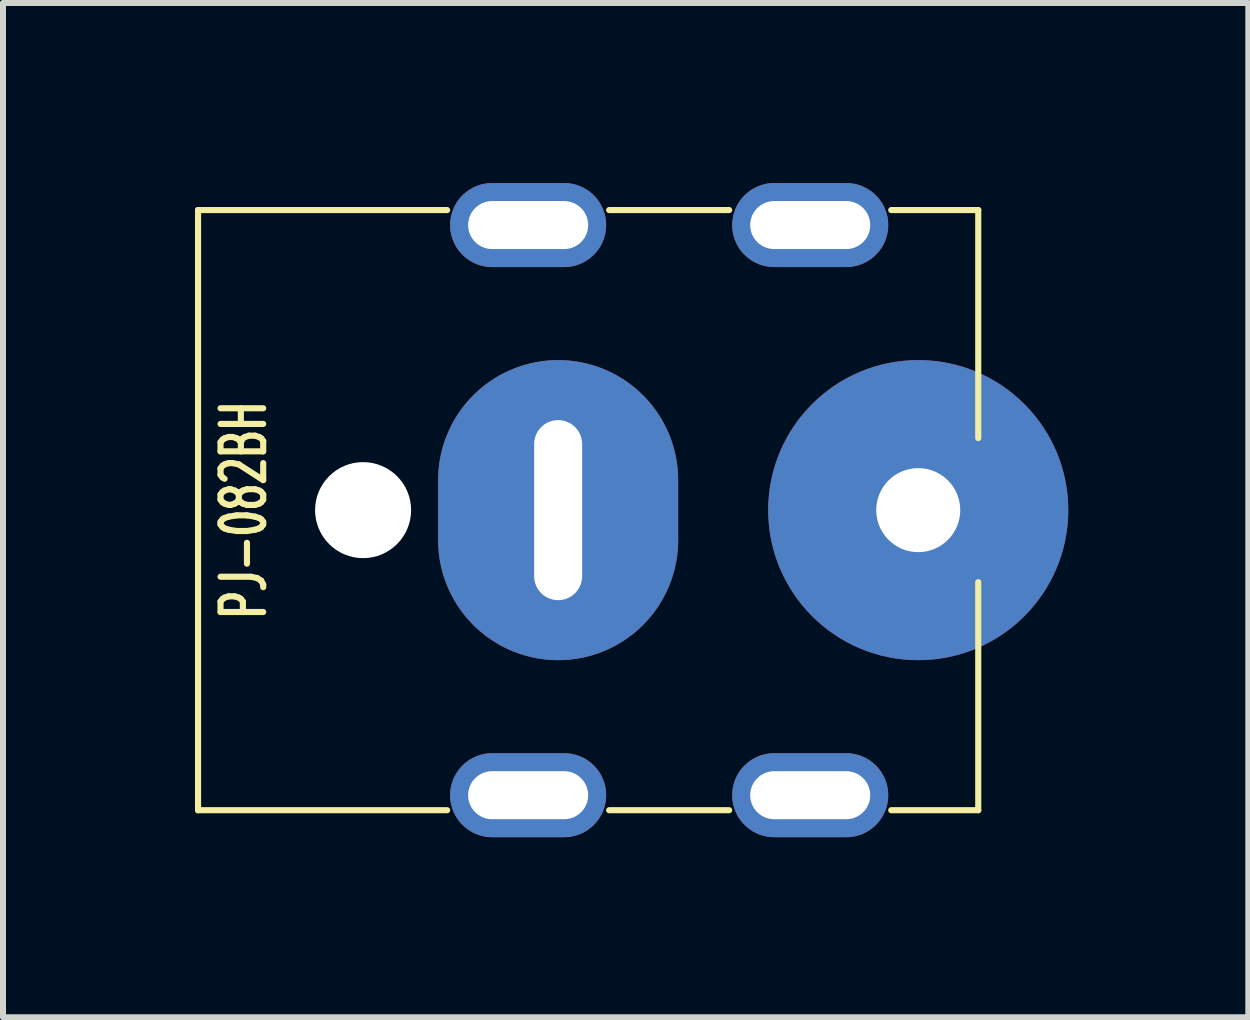
<source format=kicad_pcb>
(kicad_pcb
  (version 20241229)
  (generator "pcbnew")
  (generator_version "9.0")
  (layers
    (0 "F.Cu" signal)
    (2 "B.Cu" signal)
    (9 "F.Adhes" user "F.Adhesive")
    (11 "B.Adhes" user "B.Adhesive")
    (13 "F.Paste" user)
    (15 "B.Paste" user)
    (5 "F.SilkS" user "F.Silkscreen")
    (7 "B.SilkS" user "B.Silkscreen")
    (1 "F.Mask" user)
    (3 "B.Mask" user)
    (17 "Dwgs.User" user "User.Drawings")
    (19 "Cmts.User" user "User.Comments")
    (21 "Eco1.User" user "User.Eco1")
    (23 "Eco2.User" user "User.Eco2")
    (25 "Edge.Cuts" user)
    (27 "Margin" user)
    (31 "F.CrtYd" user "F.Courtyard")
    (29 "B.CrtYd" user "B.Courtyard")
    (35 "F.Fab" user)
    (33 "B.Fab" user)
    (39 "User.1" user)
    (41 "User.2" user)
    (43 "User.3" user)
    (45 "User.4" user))
  (footprint "PJ-082BH"
    (layer "F.Cu")
    (at 0.25 5.45)
    (property "Reference" "PJ-082BH" (at 0.762 0 90) (layer "F.SilkS") (effects (font (size 0.711 0.457) (thickness 0.102))))
    (attr through_hole)
    (fp_line (start 0 -5) (end 0 5) (stroke (width 0.102) (type solid)) (layer "F.SilkS"))
    (fp_line (start 0 -5) (end 4.15 -5) (stroke (width 0.102) (type solid)) (layer "F.SilkS"))
    (fp_line (start 0 5) (end 4.15 5) (stroke (width 0.102) (type solid)) (layer "F.SilkS"))
    (fp_line (start 6.85 -5) (end 8.85 -5) (stroke (width 0.102) (type solid)) (layer "F.SilkS"))
    (fp_line (start 6.85 5) (end 8.85 5) (stroke (width 0.102) (type solid)) (layer "F.SilkS"))
    (fp_line (start 11.55 5) (end 13 5) (stroke (width 0.102) (type solid)) (layer "F.SilkS"))
    (fp_line (start 13 -5) (end 11.55 -5) (stroke (width 0.102) (type solid)) (layer "F.SilkS"))
    (fp_line (start 13 -1.2) (end 13 -5) (stroke (width 0.102) (type solid)) (layer "F.SilkS"))
    (fp_line (start 13 5) (end 13 1.2) (stroke (width 0.102) (type solid)) (layer "F.SilkS"))
    (pad "" np_thru_hole circle (at 2.75 0) (size 1.6 1.6) (drill 1.6) (layers "*.Cu" "*.Mask"))
    (pad "1" thru_hole circle (at 12 0) (size 5 5) (drill 1.4) (layers "*.Cu" "*.Mask"))
    (pad "2" thru_hole oval (at 5.5 -4.75) (size 2.6 1.4) (drill oval 2 0.8) (layers "*.Cu" "*.Mask"))
    (pad "2" thru_hole oval (at 5.5 4.75) (size 2.6 1.4) (drill oval 2 0.8) (layers "*.Cu" "*.Mask"))
    (pad "2" thru_hole oval (at 6 0 90) (size 5 4) (drill oval 3 0.8) (layers "*.Cu" "*.Mask"))
    (pad "2" thru_hole oval (at 10.2 -4.75) (size 2.6 1.4) (drill oval 2 0.8) (layers "*.Cu" "*.Mask"))
    (pad "2" thru_hole oval (at 10.2 4.75) (size 2.6 1.4) (drill oval 2 0.8) (layers "*.Cu" "*.Mask")))
  (gr_rect
    (start -3 -3)
    (end 17.75 13.9)
    (stroke (width 0.1) (type default))
    (fill no)
    (layer "Edge.Cuts")))
</source>
